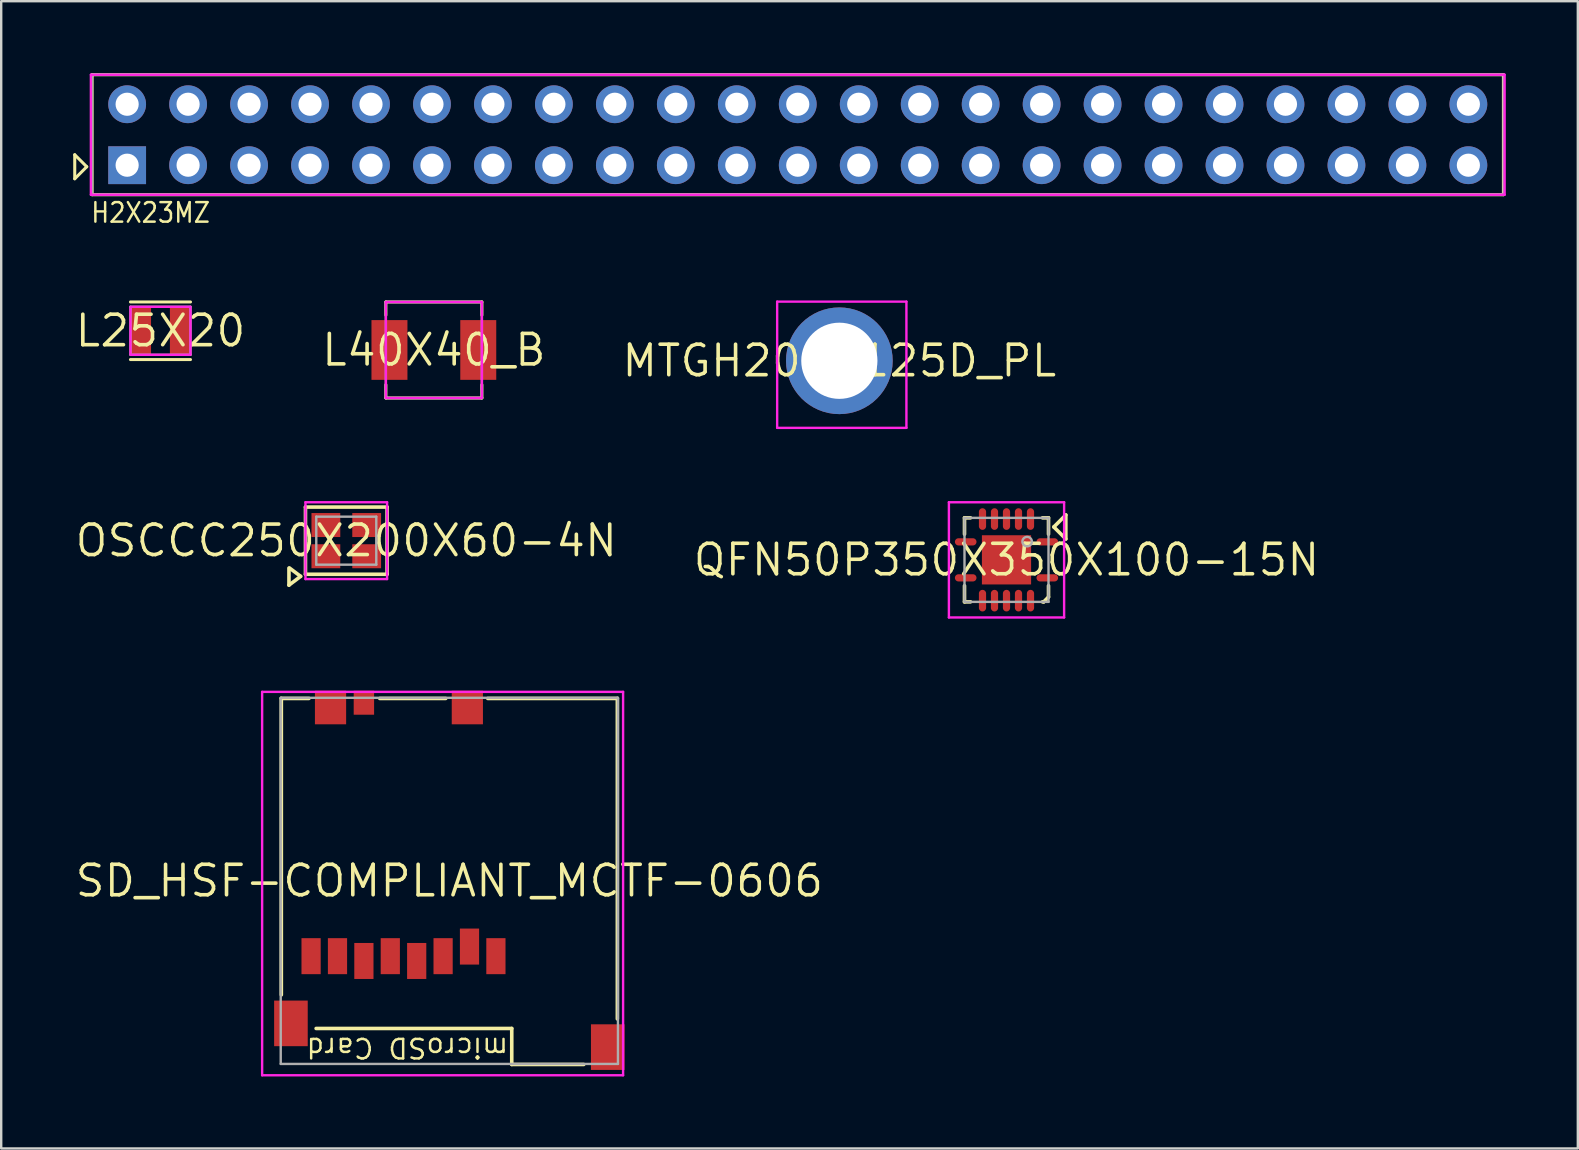
<source format=kicad_pcb>
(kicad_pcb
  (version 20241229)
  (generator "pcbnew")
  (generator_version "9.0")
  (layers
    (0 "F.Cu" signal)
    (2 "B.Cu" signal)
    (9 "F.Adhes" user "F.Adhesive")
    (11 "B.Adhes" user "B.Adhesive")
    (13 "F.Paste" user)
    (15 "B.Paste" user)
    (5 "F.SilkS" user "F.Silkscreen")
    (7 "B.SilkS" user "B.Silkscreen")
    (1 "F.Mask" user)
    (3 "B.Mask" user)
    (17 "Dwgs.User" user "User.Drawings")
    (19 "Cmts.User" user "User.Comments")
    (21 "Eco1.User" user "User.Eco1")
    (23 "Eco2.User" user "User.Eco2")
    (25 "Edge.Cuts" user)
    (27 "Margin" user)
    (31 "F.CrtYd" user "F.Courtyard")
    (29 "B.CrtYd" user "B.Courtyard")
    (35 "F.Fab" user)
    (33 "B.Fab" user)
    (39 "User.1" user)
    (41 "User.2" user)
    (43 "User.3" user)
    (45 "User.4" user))
  (footprint "L40X40_B"
    (layer "F.Cu")
    (at 15.026 11.531)
    (property "Reference" "L40X40_B" (at 0 0 0) (layer "F.SilkS") (effects (font (size 1.27 1.27) (thickness 0.15))))
    (fp_line (start -2 -2) (end 2 -2) (stroke (width 0.127) (type solid)) (layer "F.SilkS"))
    (fp_line (start -2 -1.45) (end -2 -2) (stroke (width 0.127) (type solid)) (layer "F.SilkS"))
    (fp_line (start -2 1.45) (end -2 2) (stroke (width 0.127) (type solid)) (layer "F.SilkS"))
    (fp_line (start -2 2) (end 2 2) (stroke (width 0.127) (type solid)) (layer "F.SilkS"))
    (fp_line (start 2 -2) (end 2 -1.45) (stroke (width 0.127) (type solid)) (layer "F.SilkS"))
    (fp_line (start 2 2) (end 2 1.45) (stroke (width 0.127) (type solid)) (layer "F.SilkS"))
    (fp_line (start -2 -2) (end -2 2) (stroke (width 0.1) (type solid)) (layer "F.CrtYd"))
    (fp_line (start -2 2) (end 2 2) (stroke (width 0.1) (type solid)) (layer "F.CrtYd"))
    (fp_line (start 2 -2) (end -2 -2) (stroke (width 0.1) (type solid)) (layer "F.CrtYd"))
    (fp_line (start 2 2) (end 2 -2) (stroke (width 0.1) (type solid)) (layer "F.CrtYd"))
    (fp_line (start -2 -2) (end -2 2) (stroke (width 0.1) (type solid)) (layer "F.Fab"))
    (fp_line (start -2 2) (end 2 2) (stroke (width 0.1) (type solid)) (layer "F.Fab"))
    (fp_line (start 2 -2) (end -2 -2) (stroke (width 0.1) (type solid)) (layer "F.Fab"))
    (fp_line (start 2 2) (end 2 -2) (stroke (width 0.1) (type solid)) (layer "F.Fab"))
    (pad "1" smd rect (at -1.85 0) (size 1.499 2.489) (layers "F.Cu" "F.Mask" "F.Paste"))
    (pad "2" smd rect (at 1.85 0) (size 1.499 2.489) (layers "F.Cu" "F.Mask" "F.Paste")))
  (footprint "OSCCC250X200X60-4N"
    (layer "F.Cu")
    (at 11.377 19.475)
    (property "Reference" "OSCCC250X200X60-4N" (at 0 0 0) (layer "F.SilkS") (effects (font (size 1.27 1.27) (thickness 0.15))))
    (fp_line (start -2.388 1.143) (end -2.388 1.854) (stroke (width 0.15) (type solid)) (layer "F.SilkS"))
    (fp_line (start -2.388 1.854) (end -1.902 1.488) (stroke (width 0.15) (type solid)) (layer "F.SilkS"))
    (fp_line (start -1.902 1.488) (end -2.362 1.143) (stroke (width 0.15) (type solid)) (layer "F.SilkS"))
    (fp_line (start -1.7 -1.4) (end 1.7 -1.4) (stroke (width 0.15) (type solid)) (layer "F.SilkS"))
    (fp_line (start -1.7 1.4) (end -1.7 -1.4) (stroke (width 0.15) (type solid)) (layer "F.SilkS"))
    (fp_line (start 1.7 -1.4) (end 1.7 1.4) (stroke (width 0.15) (type solid)) (layer "F.SilkS"))
    (fp_line (start 1.7 1.4) (end -1.7 1.4) (stroke (width 0.15) (type solid)) (layer "F.SilkS"))
    (fp_line (start -1.7 -1.6) (end 1.7 -1.6) (stroke (width 0.1) (type solid)) (layer "F.CrtYd"))
    (fp_line (start -1.7 1.6) (end -1.7 -1.6) (stroke (width 0.1) (type solid)) (layer "F.CrtYd"))
    (fp_line (start 1.7 -1.6) (end 1.7 1.6) (stroke (width 0.1) (type solid)) (layer "F.CrtYd"))
    (fp_line (start 1.7 1.6) (end -1.7 1.6) (stroke (width 0.1) (type solid)) (layer "F.CrtYd"))
    (fp_line (start -1.25 -1) (end 1.25 -1) (stroke (width 0.1) (type solid)) (layer "F.Fab"))
    (fp_line (start -1.25 1) (end -1.25 -1) (stroke (width 0.1) (type solid)) (layer "F.Fab"))
    (fp_line (start 1.25 -1) (end 1.25 1) (stroke (width 0.1) (type solid)) (layer "F.Fab"))
    (fp_line (start 1.25 1) (end -1.25 1) (stroke (width 0.1) (type solid)) (layer "F.Fab"))
    (fp_arc (start -1.023595 0.599999) (mid -0.576431 0.599991) (end -1.023595 0.599999) (stroke (width 0.150012) (type solid)) (layer "F.Fab"))
    (pad "1" smd rect (at -0.85 0.65 180) (size 1.2 1) (layers "F.Cu" "F.Mask" "F.Paste"))
    (pad "2" smd rect (at 0.85 0.65 180) (size 1.2 1) (layers "F.Cu" "F.Mask" "F.Paste"))
    (pad "3" smd rect (at 0.85 -0.65 180) (size 1.2 1) (layers "F.Cu" "F.Mask" "F.Paste"))
    (pad "4" smd rect (at -0.85 -0.65 180) (size 1.2 1) (layers "F.Cu" "F.Mask" "F.Paste")))
  (footprint "MTGH200C125D_PL"
    (layer "F.Cu")
    (at 31.92 11.981)
    (property "Reference" "MTGH200C125D_PL" (at 0 0 0) (layer "F.SilkS") (effects (font (size 1.27 1.27) (thickness 0.15))))
    (fp_line (start -2.591 -2.464) (end -2.591 2.794) (stroke (width 0.1) (type solid)) (layer "F.CrtYd"))
    (fp_line (start -2.591 2.794) (end 2.794 2.794) (stroke (width 0.1) (type solid)) (layer "F.CrtYd"))
    (fp_line (start 2.794 -2.464) (end -2.591 -2.464) (stroke (width 0.1) (type solid)) (layer "F.CrtYd"))
    (fp_line (start 2.794 2.794) (end 2.794 -2.464) (stroke (width 0.1) (type solid)) (layer "F.CrtYd"))
    (pad "1" thru_hole circle (at 0 0) (size 4.445 4.445) (drill 3.175) (layers "*.Cu" "*.Mask")))
  (footprint "L25X20"
    (layer "F.Cu")
    (at 3.636 10.731)
    (property "Reference" "L25X20" (at 0 0 0) (layer "F.SilkS") (effects (font (size 1.27 1.27) (thickness 0.15))))
    (fp_line (start -1.25 -1.2) (end 1.25 -1.2) (stroke (width 0.127) (type solid)) (layer "F.SilkS"))
    (fp_line (start -1.25 1.2) (end 1.25 1.2) (stroke (width 0.127) (type solid)) (layer "F.SilkS"))
    (fp_rect (start -1.25 1) (end 1.25 -1) (stroke (width 0.1) (type solid)) (fill no) (layer "F.CrtYd"))
    (fp_line (start -1.25 -1) (end -1.25 1) (stroke (width 0.1) (type solid)) (layer "F.Fab"))
    (fp_line (start -1.25 1) (end 1.25 1) (stroke (width 0.1) (type solid)) (layer "F.Fab"))
    (fp_line (start 1.25 -1) (end -1.25 -1) (stroke (width 0.1) (type solid)) (layer "F.Fab"))
    (fp_line (start 1.25 1) (end 1.25 -1) (stroke (width 0.1) (type solid)) (layer "F.Fab"))
    (pad "1" smd rect (at -0.825 0) (size 0.864 2.007) (layers "F.Cu" "F.Mask" "F.Paste"))
    (pad "2" smd rect (at 0.825 0) (size 0.864 2.007) (layers "F.Cu" "F.Mask" "F.Paste")))
  (footprint "SD_HSF-COMPLIANT_MCTF-0606"
    (layer "F.Cu")
    (at 15.671 33.649)
    (property "Reference" "SD_HSF-COMPLIANT_MCTF-0606" (at 0 0 180) (layer "F.SilkS") (effects (font (size 1.27 1.27) (thickness 0.15))))
    (fp_line (start -7 -7.6) (end -5.85 -7.6) (stroke (width 0.15) (type solid)) (layer "F.SilkS"))
    (fp_line (start -7 4.75) (end -7 -7.6) (stroke (width 0.15) (type solid)) (layer "F.SilkS"))
    (fp_line (start -2.9 -7.6) (end -0.15 -7.6) (stroke (width 0.15) (type solid)) (layer "F.SilkS"))
    (fp_line (start 1.6 -7.6) (end 7 -7.6) (stroke (width 0.15) (type solid)) (layer "F.SilkS"))
    (fp_line (start 2.6 6.15) (end -5.55 6.15) (stroke (width 0.15) (type solid)) (layer "F.SilkS"))
    (fp_line (start 2.6 7.65) (end 2.6 6.15) (stroke (width 0.15) (type solid)) (layer "F.SilkS"))
    (fp_line (start 5.6 7.65) (end 2.6 7.65) (stroke (width 0.15) (type solid)) (layer "F.SilkS"))
    (fp_line (start 7 -7.6) (end 7 5.75) (stroke (width 0.15) (type solid)) (layer "F.SilkS"))
    (fp_line (start -7.8 -7.874) (end -7.8 8.1) (stroke (width 0.1) (type solid)) (layer "F.CrtYd"))
    (fp_line (start -7.8 8.1) (end 7.239 8.1) (stroke (width 0.1) (type solid)) (layer "F.CrtYd"))
    (fp_line (start 7.239 -7.874) (end -7.8 -7.874) (stroke (width 0.1) (type solid)) (layer "F.CrtYd"))
    (fp_line (start 7.239 8.1) (end 7.239 -7.874) (stroke (width 0.1) (type solid)) (layer "F.CrtYd"))
    (fp_line (start -7.025 -7.627) (end -7.025 7.627) (stroke (width 0.1) (type solid)) (layer "F.Fab"))
    (fp_line (start -7.025 7.627) (end 7.025 7.627) (stroke (width 0.1) (type solid)) (layer "F.Fab"))
    (fp_line (start 7.025 -7.627) (end -7.025 -7.627) (stroke (width 0.1) (type solid)) (layer "F.Fab"))
    (fp_line (start 7.025 7.627) (end 7.025 -7.622) (stroke (width 0.1) (type solid)) (layer "F.Fab"))
    (fp_text user "microSD Card" (at -1.75 6.955 180) (unlocked yes) (layer "F.SilkS") (effects (font (size 0.813 0.813) (thickness 0.102))))
    (pad "1" smd rect (at 1.94 3.138 180) (size 0.8 1.5) (layers "F.Cu" "F.Mask" "F.Paste"))
    (pad "2" smd rect (at 0.84 2.738 180) (size 0.8 1.5) (layers "F.Cu" "F.Mask" "F.Paste"))
    (pad "3" smd rect (at -0.26 3.138 180) (size 0.8 1.5) (layers "F.Cu" "F.Mask" "F.Paste"))
    (pad "4" smd rect (at -1.36 3.338 180) (size 0.8 1.5) (layers "F.Cu" "F.Mask" "F.Paste"))
    (pad "5" smd rect (at -2.46 3.138 180) (size 0.8 1.5) (layers "F.Cu" "F.Mask" "F.Paste"))
    (pad "6" smd rect (at -3.56 3.338 180) (size 0.8 1.5) (layers "F.Cu" "F.Mask" "F.Paste"))
    (pad "7" smd rect (at -4.66 3.138 180) (size 0.8 1.5) (layers "F.Cu" "F.Mask" "F.Paste"))
    (pad "8" smd rect (at -5.76 3.138 180) (size 0.8 1.5) (layers "F.Cu" "F.Mask" "F.Paste"))
    (pad "9" smd rect (at -3.56 -7.422 180) (size 0.85 1) (layers "F.Cu" "F.Mask" "F.Paste"))
    (pad "10" smd rect (at 6.6 6.927 180) (size 1.4 1.9) (layers "F.Cu" "F.Mask" "F.Paste"))
    (pad "11" smd rect (at -6.6 5.938 180) (size 1.4 1.9) (layers "F.Cu" "F.Mask" "F.Paste"))
    (pad "12" smd rect (at 0.75 -7.222 180) (size 1.3 1.4) (layers "F.Cu" "F.Mask" "F.Paste"))
    (pad "13" smd rect (at -4.95 -7.222 180) (size 1.3 1.4) (layers "F.Cu" "F.Mask" "F.Paste")))
  (footprint "QFN50P350X350X100-15N"
    (layer "F.Cu")
    (at 38.884 20.275)
    (property "Reference" "QFN50P350X350X100-15N" (at 0 0 180) (layer "F.SilkS") (effects (font (size 1.27 1.27) (thickness 0.15))))
    (fp_line (start -1.75 -1.75) (end -1.5 -1.75) (stroke (width 0.15) (type solid)) (layer "F.SilkS"))
    (fp_line (start -1.75 -1.07) (end -1.75 -1.75) (stroke (width 0.15) (type solid)) (layer "F.SilkS"))
    (fp_line (start -1.75 1.08) (end -1.75 1.75) (stroke (width 0.15) (type solid)) (layer "F.SilkS"))
    (fp_line (start -1.75 1.75) (end -1.5 1.75) (stroke (width 0.15) (type solid)) (layer "F.SilkS"))
    (fp_line (start 1.55 1.75) (end 1.5 1.75) (stroke (width 0.15) (type solid)) (layer "F.SilkS"))
    (fp_line (start 1.75 -1.75) (end 1.5 -1.75) (stroke (width 0.15) (type solid)) (layer "F.SilkS"))
    (fp_line (start 1.75 -1.07) (end 1.75 -1.75) (stroke (width 0.15) (type solid)) (layer "F.SilkS"))
    (fp_line (start 1.75 1.08) (end 1.75 1.55) (stroke (width 0.15) (type solid)) (layer "F.SilkS"))
    (fp_line (start 1.75 1.55) (end 1.55 1.75) (stroke (width 0.15) (type solid)) (layer "F.SilkS"))
    (fp_line (start 1.982 -1.38) (end 1.982 -1.36) (stroke (width 0.15) (type solid)) (layer "F.SilkS"))
    (fp_line (start 1.982 -1.36) (end 2.472 -0.87) (stroke (width 0.15) (type solid)) (layer "F.SilkS"))
    (fp_line (start 2.472 -1.87) (end 1.982 -1.38) (stroke (width 0.15) (type solid)) (layer "F.SilkS"))
    (fp_line (start 2.472 -0.87) (end 2.472 -1.87) (stroke (width 0.15) (type solid)) (layer "F.SilkS"))
    (fp_line (start -2.4 -2.4) (end 2.4 -2.4) (stroke (width 0.1) (type solid)) (layer "F.CrtYd"))
    (fp_line (start -2.4 2.4) (end -2.4 -2.4) (stroke (width 0.1) (type solid)) (layer "F.CrtYd"))
    (fp_line (start 2.4 -2.4) (end 2.4 2.4) (stroke (width 0.1) (type solid)) (layer "F.CrtYd"))
    (fp_line (start 2.4 2.4) (end -2.4 2.4) (stroke (width 0.1) (type solid)) (layer "F.CrtYd"))
    (fp_line (start -1.75 -1.75) (end 1.75 -1.75) (stroke (width 0.1) (type solid)) (layer "F.Fab"))
    (fp_line (start -1.75 1.75) (end -1.75 -1.75) (stroke (width 0.1) (type solid)) (layer "F.Fab"))
    (fp_line (start 1.75 -1.75) (end 1.75 1.75) (stroke (width 0.1) (type solid)) (layer "F.Fab"))
    (fp_line (start 1.75 1.75) (end -1.75 1.75) (stroke (width 0.1) (type solid)) (layer "F.Fab"))
    (fp_arc (start 1.057224 -0.759993) (mid 0.662776 -0.760007) (end 1.057224 -0.759993) (stroke (width 0.1) (type solid)) (layer "F.Fab"))
    (pad "1" smd oval (at 1.7 -0.75 180) (size 0.9 0.3) (layers "F.Cu" "F.Mask" "F.Paste"))
    (pad "2" smd oval (at 1 -1.7 270) (size 0.9 0.3) (layers "F.Cu" "F.Mask" "F.Paste"))
    (pad "3" smd oval (at 0.5 -1.7 270) (size 0.9 0.3) (layers "F.Cu" "F.Mask" "F.Paste"))
    (pad "4" smd oval (at 0 -1.7 270) (size 0.9 0.3) (layers "F.Cu" "F.Mask" "F.Paste"))
    (pad "5" smd oval (at -0.5 -1.7 270) (size 0.9 0.3) (layers "F.Cu" "F.Mask" "F.Paste"))
    (pad "6" smd oval (at -1 -1.7 270) (size 0.9 0.3) (layers "F.Cu" "F.Mask" "F.Paste"))
    (pad "7" smd oval (at -1.7 -0.75 180) (size 0.9 0.3) (layers "F.Cu" "F.Mask" "F.Paste"))
    (pad "8" smd oval (at -1.7 0.75 180) (size 0.9 0.3) (layers "F.Cu" "F.Mask" "F.Paste"))
    (pad "9" smd oval (at -1 1.7 270) (size 0.9 0.3) (layers "F.Cu" "F.Mask" "F.Paste"))
    (pad "10" smd oval (at -0.5 1.7 270) (size 0.9 0.3) (layers "F.Cu" "F.Mask" "F.Paste"))
    (pad "11" smd oval (at 0 1.7 270) (size 0.9 0.3) (layers "F.Cu" "F.Mask" "F.Paste"))
    (pad "12" smd oval (at 0.5 1.7 270) (size 0.9 0.3) (layers "F.Cu" "F.Mask" "F.Paste"))
    (pad "13" smd oval (at 1 1.7 270) (size 0.9 0.3) (layers "F.Cu" "F.Mask" "F.Paste"))
    (pad "14" smd oval (at 1.7 0.75 180) (size 0.9 0.3) (layers "F.Cu" "F.Mask" "F.Paste"))
    (pad "15" smd rect (at 0 0 180) (size 2.05 2.05) (layers "F.Cu" "F.Mask" "F.Paste")))
  (footprint "H2X23MZ"
    (layer "F.Cu")
    (at 30.187 2.563)
    (property "Reference" "H2X23MZ" (at -29.5 3.25 0) (layer "F.SilkS") (effects (font (size 0.813 0.711) (thickness 0.102)) (justify left)))
    (fp_line (start -30.123 0.835) (end -30.123 1.835) (stroke (width 0.127) (type solid)) (layer "F.SilkS"))
    (fp_line (start -30.123 1.835) (end -29.623 1.335) (stroke (width 0.127) (type solid)) (layer "F.SilkS"))
    (fp_line (start -29.623 1.335) (end -30.123 0.835) (stroke (width 0.127) (type solid)) (layer "F.SilkS"))
    (fp_line (start -29.4 -2.5) (end 29.4 -2.5) (stroke (width 0.127) (type solid)) (layer "F.SilkS"))
    (fp_line (start -29.4 2.5) (end -29.4 -2.5) (stroke (width 0.127) (type solid)) (layer "F.SilkS"))
    (fp_line (start 29.4 -2.5) (end 29.4 2.5) (stroke (width 0.127) (type solid)) (layer "F.SilkS"))
    (fp_line (start 29.4 2.5) (end -29.4 2.5) (stroke (width 0.127) (type solid)) (layer "F.SilkS"))
    (fp_line (start -29.45 -2.5) (end -29.45 2.5) (stroke (width 0.1) (type solid)) (layer "F.CrtYd"))
    (fp_line (start -29.45 2.5) (end 29.45 2.5) (stroke (width 0.1) (type solid)) (layer "F.CrtYd"))
    (fp_line (start 29.45 -2.5) (end -29.45 -2.5) (stroke (width 0.1) (type solid)) (layer "F.CrtYd"))
    (fp_line (start 29.45 2.5) (end 29.45 -2.5) (stroke (width 0.1) (type solid)) (layer "F.CrtYd"))
    (fp_line (start -29.41 -2.5) (end 29.41 -2.5) (stroke (width 0.1) (type solid)) (layer "F.Fab"))
    (fp_line (start -29.41 2.5) (end -29.41 -2.5) (stroke (width 0.1) (type solid)) (layer "F.Fab"))
    (fp_line (start 29.41 -2.5) (end 29.41 2.5) (stroke (width 0.1) (type solid)) (layer "F.Fab"))
    (fp_line (start 29.41 2.5) (end -29.41 2.5) (stroke (width 0.1) (type solid)) (layer "F.Fab"))
    (pad "1" thru_hole rect (at -27.94 1.27) (size 1.575 1.575) (drill 0.965) (layers "*.Cu" "*.Mask"))
    (pad "2" thru_hole circle (at -27.94 -1.27) (size 1.575 1.575) (drill 0.965) (layers "*.Cu" "*.Mask"))
    (pad "3" thru_hole circle (at -25.4 1.27) (size 1.575 1.575) (drill 0.965) (layers "*.Cu" "*.Mask"))
    (pad "4" thru_hole circle (at -25.4 -1.27) (size 1.575 1.575) (drill 0.965) (layers "*.Cu" "*.Mask"))
    (pad "5" thru_hole circle (at -22.86 1.27) (size 1.575 1.575) (drill 0.965) (layers "*.Cu" "*.Mask"))
    (pad "6" thru_hole circle (at -22.86 -1.27) (size 1.575 1.575) (drill 0.965) (layers "*.Cu" "*.Mask"))
    (pad "7" thru_hole circle (at -20.32 1.27) (size 1.575 1.575) (drill 0.965) (layers "*.Cu" "*.Mask"))
    (pad "8" thru_hole circle (at -20.32 -1.27) (size 1.575 1.575) (drill 0.965) (layers "*.Cu" "*.Mask"))
    (pad "9" thru_hole circle (at -17.78 1.27) (size 1.575 1.575) (drill 0.965) (layers "*.Cu" "*.Mask"))
    (pad "10" thru_hole circle (at -17.78 -1.27) (size 1.575 1.575) (drill 0.965) (layers "*.Cu" "*.Mask"))
    (pad "11" thru_hole circle (at -15.24 1.27) (size 1.575 1.575) (drill 0.965) (layers "*.Cu" "*.Mask"))
    (pad "12" thru_hole circle (at -15.24 -1.27) (size 1.575 1.575) (drill 0.965) (layers "*.Cu" "*.Mask"))
    (pad "13" thru_hole circle (at -12.7 1.27) (size 1.575 1.575) (drill 0.965) (layers "*.Cu" "*.Mask"))
    (pad "14" thru_hole circle (at -12.7 -1.27) (size 1.575 1.575) (drill 0.965) (layers "*.Cu" "*.Mask"))
    (pad "15" thru_hole circle (at -10.16 1.27) (size 1.575 1.575) (drill 0.965) (layers "*.Cu" "*.Mask"))
    (pad "16" thru_hole circle (at -10.16 -1.27) (size 1.575 1.575) (drill 0.965) (layers "*.Cu" "*.Mask"))
    (pad "17" thru_hole circle (at -7.62 1.27) (size 1.575 1.575) (drill 0.965) (layers "*.Cu" "*.Mask"))
    (pad "18" thru_hole circle (at -7.62 -1.27) (size 1.575 1.575) (drill 0.965) (layers "*.Cu" "*.Mask"))
    (pad "19" thru_hole circle (at -5.08 1.27) (size 1.575 1.575) (drill 0.965) (layers "*.Cu" "*.Mask"))
    (pad "20" thru_hole circle (at -5.08 -1.27) (size 1.575 1.575) (drill 0.965) (layers "*.Cu" "*.Mask"))
    (pad "21" thru_hole circle (at -2.54 1.27) (size 1.575 1.575) (drill 0.965) (layers "*.Cu" "*.Mask"))
    (pad "22" thru_hole circle (at -2.54 -1.27) (size 1.575 1.575) (drill 0.965) (layers "*.Cu" "*.Mask"))
    (pad "23" thru_hole circle (at 0 1.27) (size 1.575 1.575) (drill 0.965) (layers "*.Cu" "*.Mask"))
    (pad "24" thru_hole circle (at 0 -1.27) (size 1.575 1.575) (drill 0.965) (layers "*.Cu" "*.Mask"))
    (pad "25" thru_hole circle (at 2.54 1.27) (size 1.575 1.575) (drill 0.965) (layers "*.Cu" "*.Mask"))
    (pad "26" thru_hole circle (at 2.54 -1.27) (size 1.575 1.575) (drill 0.965) (layers "*.Cu" "*.Mask"))
    (pad "27" thru_hole circle (at 5.08 1.27) (size 1.575 1.575) (drill 0.965) (layers "*.Cu" "*.Mask"))
    (pad "28" thru_hole circle (at 5.08 -1.27) (size 1.575 1.575) (drill 0.965) (layers "*.Cu" "*.Mask"))
    (pad "29" thru_hole circle (at 7.62 1.27) (size 1.575 1.575) (drill 0.965) (layers "*.Cu" "*.Mask"))
    (pad "30" thru_hole circle (at 7.62 -1.27) (size 1.575 1.575) (drill 0.965) (layers "*.Cu" "*.Mask"))
    (pad "31" thru_hole circle (at 10.16 1.27) (size 1.575 1.575) (drill 0.965) (layers "*.Cu" "*.Mask"))
    (pad "32" thru_hole circle (at 10.16 -1.27) (size 1.575 1.575) (drill 0.965) (layers "*.Cu" "*.Mask"))
    (pad "33" thru_hole circle (at 12.7 1.27) (size 1.575 1.575) (drill 0.965) (layers "*.Cu" "*.Mask"))
    (pad "34" thru_hole circle (at 12.7 -1.27) (size 1.575 1.575) (drill 0.965) (layers "*.Cu" "*.Mask"))
    (pad "35" thru_hole circle (at 15.24 1.27) (size 1.575 1.575) (drill 0.965) (layers "*.Cu" "*.Mask"))
    (pad "36" thru_hole circle (at 15.24 -1.27) (size 1.575 1.575) (drill 0.965) (layers "*.Cu" "*.Mask"))
    (pad "37" thru_hole circle (at 17.78 1.27) (size 1.575 1.575) (drill 0.965) (layers "*.Cu" "*.Mask"))
    (pad "38" thru_hole circle (at 17.78 -1.27) (size 1.575 1.575) (drill 0.965) (layers "*.Cu" "*.Mask"))
    (pad "39" thru_hole circle (at 20.32 1.27) (size 1.575 1.575) (drill 0.965) (layers "*.Cu" "*.Mask"))
    (pad "40" thru_hole circle (at 20.32 -1.27) (size 1.575 1.575) (drill 0.965) (layers "*.Cu" "*.Mask"))
    (pad "41" thru_hole circle (at 22.86 1.27) (size 1.575 1.575) (drill 0.965) (layers "*.Cu" "*.Mask"))
    (pad "42" thru_hole circle (at 22.86 -1.27) (size 1.575 1.575) (drill 0.965) (layers "*.Cu" "*.Mask"))
    (pad "43" thru_hole circle (at 25.4 1.27) (size 1.575 1.575) (drill 0.965) (layers "*.Cu" "*.Mask"))
    (pad "44" thru_hole circle (at 25.4 -1.27) (size 1.575 1.575) (drill 0.965) (layers "*.Cu" "*.Mask"))
    (pad "45" thru_hole circle (at 27.94 1.27) (size 1.575 1.575) (drill 0.965) (layers "*.Cu" "*.Mask"))
    (pad "46" thru_hole circle (at 27.94 -1.27) (size 1.575 1.575) (drill 0.965) (layers "*.Cu" "*.Mask")))
  (gr_rect
    (start -3 -3)
    (end 62.687 44.799)
    (stroke (width 0.1) (type default))
    (fill no)
    (layer "Edge.Cuts")))
</source>
